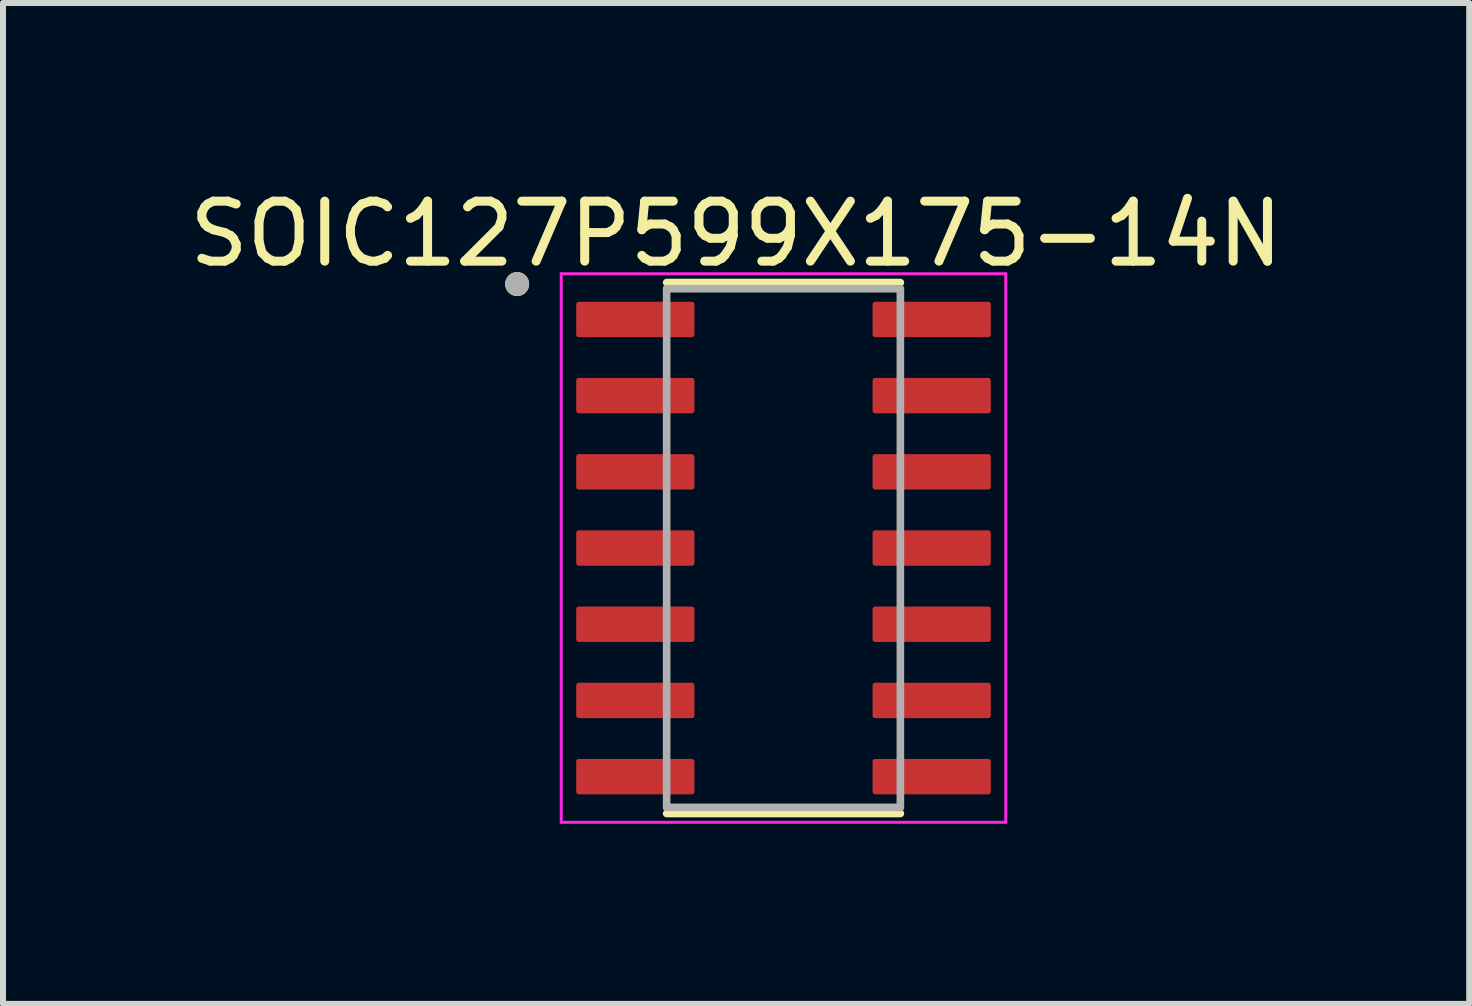
<source format=kicad_pcb>
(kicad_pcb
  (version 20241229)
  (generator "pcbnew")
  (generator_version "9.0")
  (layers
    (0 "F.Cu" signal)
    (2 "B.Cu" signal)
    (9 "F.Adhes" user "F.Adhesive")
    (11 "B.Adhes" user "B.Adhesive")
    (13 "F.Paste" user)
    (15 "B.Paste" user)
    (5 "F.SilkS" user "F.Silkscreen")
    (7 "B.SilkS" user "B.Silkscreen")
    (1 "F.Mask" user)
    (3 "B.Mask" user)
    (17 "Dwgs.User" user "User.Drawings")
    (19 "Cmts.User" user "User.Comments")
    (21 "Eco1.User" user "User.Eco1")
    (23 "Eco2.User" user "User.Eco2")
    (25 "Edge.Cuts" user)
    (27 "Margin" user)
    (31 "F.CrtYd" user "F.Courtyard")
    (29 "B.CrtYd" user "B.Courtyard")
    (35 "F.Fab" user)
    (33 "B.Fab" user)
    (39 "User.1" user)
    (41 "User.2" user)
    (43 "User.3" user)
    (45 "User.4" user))
  (footprint "SOIC127P599X175-14N"
    (layer "F.Cu")
    (at 10.01 6.085)
    (property "Reference" "SOIC127P599X175-14N" (at -0.79 -5.237 0) (layer "F.SilkS") (effects (font (size 1 1) (thickness 0.15))))
    (attr through_hole)
    (fp_line (start -1.948 -4.425) (end 1.948 -4.425) (stroke (width 0.127) (type solid)) (layer "F.SilkS"))
    (fp_line (start -1.948 4.425) (end 1.948 4.425) (stroke (width 0.127) (type solid)) (layer "F.SilkS"))
    (fp_circle (center -4.44 -4.4) (end -4.34 -4.4) (stroke (width 0.2) (type solid)) (fill no) (layer "F.SilkS"))
    (fp_line (start -3.705 -4.572) (end -3.705 4.572) (stroke (width 0.05) (type solid)) (layer "F.CrtYd"))
    (fp_line (start -3.705 -4.572) (end 3.705 -4.572) (stroke (width 0.05) (type solid)) (layer "F.CrtYd"))
    (fp_line (start -3.705 4.572) (end 3.705 4.572) (stroke (width 0.05) (type solid)) (layer "F.CrtYd"))
    (fp_line (start 3.705 -4.572) (end 3.705 4.572) (stroke (width 0.05) (type solid)) (layer "F.CrtYd"))
    (fp_line (start -1.948 -4.322) (end -1.948 4.322) (stroke (width 0.127) (type solid)) (layer "F.Fab"))
    (fp_line (start -1.948 -4.322) (end 1.948 -4.322) (stroke (width 0.127) (type solid)) (layer "F.Fab"))
    (fp_line (start -1.948 4.322) (end 1.948 4.322) (stroke (width 0.127) (type solid)) (layer "F.Fab"))
    (fp_line (start 1.948 -4.322) (end 1.948 4.322) (stroke (width 0.127) (type solid)) (layer "F.Fab"))
    (fp_circle (center -4.44 -4.4) (end -4.34 -4.4) (stroke (width 0.2) (type solid)) (fill no) (layer "F.Fab"))
    (pad "1" smd roundrect (at -2.47 -3.81) (size 1.97 0.59) (layers "F.Cu" "F.Mask" "F.Paste") (roundrect_rratio 0.07))
    (pad "2" smd roundrect (at -2.47 -2.54) (size 1.97 0.59) (layers "F.Cu" "F.Mask" "F.Paste") (roundrect_rratio 0.07))
    (pad "3" smd roundrect (at -2.47 -1.27) (size 1.97 0.59) (layers "F.Cu" "F.Mask" "F.Paste") (roundrect_rratio 0.07))
    (pad "4" smd roundrect (at -2.47 0) (size 1.97 0.59) (layers "F.Cu" "F.Mask" "F.Paste") (roundrect_rratio 0.07))
    (pad "5" smd roundrect (at -2.47 1.27) (size 1.97 0.59) (layers "F.Cu" "F.Mask" "F.Paste") (roundrect_rratio 0.07))
    (pad "6" smd roundrect (at -2.47 2.54) (size 1.97 0.59) (layers "F.Cu" "F.Mask" "F.Paste") (roundrect_rratio 0.07))
    (pad "7" smd roundrect (at -2.47 3.81) (size 1.97 0.59) (layers "F.Cu" "F.Mask" "F.Paste") (roundrect_rratio 0.07))
    (pad "8" smd roundrect (at 2.47 3.81) (size 1.97 0.59) (layers "F.Cu" "F.Mask" "F.Paste") (roundrect_rratio 0.07))
    (pad "9" smd roundrect (at 2.47 2.54) (size 1.97 0.59) (layers "F.Cu" "F.Mask" "F.Paste") (roundrect_rratio 0.07))
    (pad "10" smd roundrect (at 2.47 1.27) (size 1.97 0.59) (layers "F.Cu" "F.Mask" "F.Paste") (roundrect_rratio 0.07))
    (pad "11" smd roundrect (at 2.47 0) (size 1.97 0.59) (layers "F.Cu" "F.Mask" "F.Paste") (roundrect_rratio 0.07))
    (pad "12" smd roundrect (at 2.47 -1.27) (size 1.97 0.59) (layers "F.Cu" "F.Mask" "F.Paste") (roundrect_rratio 0.07))
    (pad "13" smd roundrect (at 2.47 -2.54) (size 1.97 0.59) (layers "F.Cu" "F.Mask" "F.Paste") (roundrect_rratio 0.07))
    (pad "14" smd roundrect (at 2.47 -3.81) (size 1.97 0.59) (layers "F.Cu" "F.Mask" "F.Paste") (roundrect_rratio 0.07)))
  (gr_rect
    (start -3 -3)
    (end 21.44 13.683)
    (stroke (width 0.1) (type default))
    (fill no)
    (layer "Edge.Cuts")))
</source>
